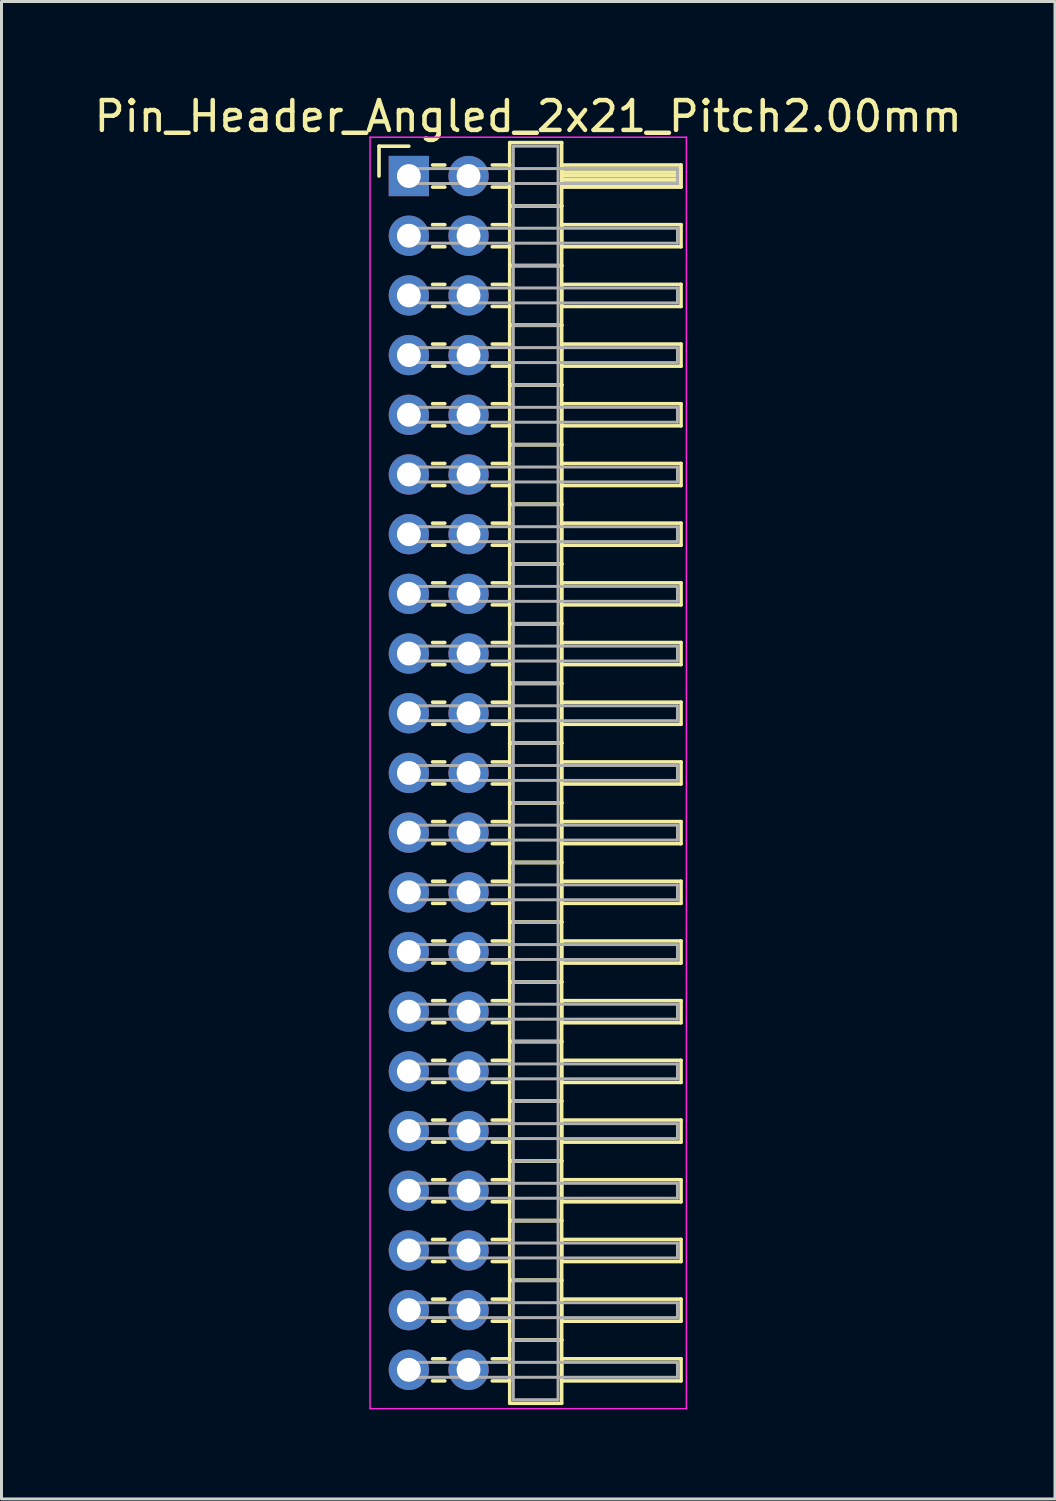
<source format=kicad_pcb>
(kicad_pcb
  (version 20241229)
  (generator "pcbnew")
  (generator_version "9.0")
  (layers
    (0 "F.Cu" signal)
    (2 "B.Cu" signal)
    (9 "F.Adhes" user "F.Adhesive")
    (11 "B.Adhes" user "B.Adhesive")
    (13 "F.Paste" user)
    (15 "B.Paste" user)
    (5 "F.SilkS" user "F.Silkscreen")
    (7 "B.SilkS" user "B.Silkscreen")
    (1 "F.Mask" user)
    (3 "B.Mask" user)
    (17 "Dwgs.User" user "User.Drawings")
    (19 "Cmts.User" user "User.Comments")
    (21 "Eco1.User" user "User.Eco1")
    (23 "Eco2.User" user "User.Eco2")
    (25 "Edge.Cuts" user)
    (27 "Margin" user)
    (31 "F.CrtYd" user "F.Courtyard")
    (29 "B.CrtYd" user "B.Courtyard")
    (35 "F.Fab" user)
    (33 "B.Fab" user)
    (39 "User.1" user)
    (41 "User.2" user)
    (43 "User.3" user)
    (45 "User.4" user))
  (footprint "Pin_Header_Angled_2x21_Pitch2.00mm"
    (layer "F.Cu")
    (at 10.649 2.848)
    (property "Reference" "Pin_Header_Angled_2x21_Pitch2.00mm" (at 4 -2 0) (layer "F.SilkS") (effects (font (size 1 1) (thickness 0.15))))
    (attr through_hole)
    (fp_line (start -1 -1) (end 0 -1) (stroke (width 0.12) (type solid)) (layer "F.SilkS"))
    (fp_line (start -1 0) (end -1 -1) (stroke (width 0.12) (type solid)) (layer "F.SilkS"))
    (fp_line (start 0.795 -0.37) (end 1.205 -0.37) (stroke (width 0.12) (type solid)) (layer "F.SilkS"))
    (fp_line (start 0.795 0.37) (end 1.205 0.37) (stroke (width 0.12) (type solid)) (layer "F.SilkS"))
    (fp_line (start 0.795 1.63) (end 1.205 1.63) (stroke (width 0.12) (type solid)) (layer "F.SilkS"))
    (fp_line (start 0.795 2.37) (end 1.205 2.37) (stroke (width 0.12) (type solid)) (layer "F.SilkS"))
    (fp_line (start 0.795 3.63) (end 1.205 3.63) (stroke (width 0.12) (type solid)) (layer "F.SilkS"))
    (fp_line (start 0.795 4.37) (end 1.205 4.37) (stroke (width 0.12) (type solid)) (layer "F.SilkS"))
    (fp_line (start 0.795 5.63) (end 1.205 5.63) (stroke (width 0.12) (type solid)) (layer "F.SilkS"))
    (fp_line (start 0.795 6.37) (end 1.205 6.37) (stroke (width 0.12) (type solid)) (layer "F.SilkS"))
    (fp_line (start 0.795 7.63) (end 1.205 7.63) (stroke (width 0.12) (type solid)) (layer "F.SilkS"))
    (fp_line (start 0.795 8.37) (end 1.205 8.37) (stroke (width 0.12) (type solid)) (layer "F.SilkS"))
    (fp_line (start 0.795 9.63) (end 1.205 9.63) (stroke (width 0.12) (type solid)) (layer "F.SilkS"))
    (fp_line (start 0.795 10.37) (end 1.205 10.37) (stroke (width 0.12) (type solid)) (layer "F.SilkS"))
    (fp_line (start 0.795 11.63) (end 1.205 11.63) (stroke (width 0.12) (type solid)) (layer "F.SilkS"))
    (fp_line (start 0.795 12.37) (end 1.205 12.37) (stroke (width 0.12) (type solid)) (layer "F.SilkS"))
    (fp_line (start 0.795 13.63) (end 1.205 13.63) (stroke (width 0.12) (type solid)) (layer "F.SilkS"))
    (fp_line (start 0.795 14.37) (end 1.205 14.37) (stroke (width 0.12) (type solid)) (layer "F.SilkS"))
    (fp_line (start 0.795 15.63) (end 1.205 15.63) (stroke (width 0.12) (type solid)) (layer "F.SilkS"))
    (fp_line (start 0.795 16.37) (end 1.205 16.37) (stroke (width 0.12) (type solid)) (layer "F.SilkS"))
    (fp_line (start 0.795 17.63) (end 1.205 17.63) (stroke (width 0.12) (type solid)) (layer "F.SilkS"))
    (fp_line (start 0.795 18.37) (end 1.205 18.37) (stroke (width 0.12) (type solid)) (layer "F.SilkS"))
    (fp_line (start 0.795 19.63) (end 1.205 19.63) (stroke (width 0.12) (type solid)) (layer "F.SilkS"))
    (fp_line (start 0.795 20.37) (end 1.205 20.37) (stroke (width 0.12) (type solid)) (layer "F.SilkS"))
    (fp_line (start 0.795 21.63) (end 1.205 21.63) (stroke (width 0.12) (type solid)) (layer "F.SilkS"))
    (fp_line (start 0.795 22.37) (end 1.205 22.37) (stroke (width 0.12) (type solid)) (layer "F.SilkS"))
    (fp_line (start 0.795 23.63) (end 1.205 23.63) (stroke (width 0.12) (type solid)) (layer "F.SilkS"))
    (fp_line (start 0.795 24.37) (end 1.205 24.37) (stroke (width 0.12) (type solid)) (layer "F.SilkS"))
    (fp_line (start 0.795 25.63) (end 1.205 25.63) (stroke (width 0.12) (type solid)) (layer "F.SilkS"))
    (fp_line (start 0.795 26.37) (end 1.205 26.37) (stroke (width 0.12) (type solid)) (layer "F.SilkS"))
    (fp_line (start 0.795 27.63) (end 1.205 27.63) (stroke (width 0.12) (type solid)) (layer "F.SilkS"))
    (fp_line (start 0.795 28.37) (end 1.205 28.37) (stroke (width 0.12) (type solid)) (layer "F.SilkS"))
    (fp_line (start 0.795 29.63) (end 1.205 29.63) (stroke (width 0.12) (type solid)) (layer "F.SilkS"))
    (fp_line (start 0.795 30.37) (end 1.205 30.37) (stroke (width 0.12) (type solid)) (layer "F.SilkS"))
    (fp_line (start 0.795 31.63) (end 1.205 31.63) (stroke (width 0.12) (type solid)) (layer "F.SilkS"))
    (fp_line (start 0.795 32.37) (end 1.205 32.37) (stroke (width 0.12) (type solid)) (layer "F.SilkS"))
    (fp_line (start 0.795 33.63) (end 1.205 33.63) (stroke (width 0.12) (type solid)) (layer "F.SilkS"))
    (fp_line (start 0.795 34.37) (end 1.205 34.37) (stroke (width 0.12) (type solid)) (layer "F.SilkS"))
    (fp_line (start 0.795 35.63) (end 1.205 35.63) (stroke (width 0.12) (type solid)) (layer "F.SilkS"))
    (fp_line (start 0.795 36.37) (end 1.205 36.37) (stroke (width 0.12) (type solid)) (layer "F.SilkS"))
    (fp_line (start 0.795 37.63) (end 1.205 37.63) (stroke (width 0.12) (type solid)) (layer "F.SilkS"))
    (fp_line (start 0.795 38.37) (end 1.205 38.37) (stroke (width 0.12) (type solid)) (layer "F.SilkS"))
    (fp_line (start 0.795 39.63) (end 1.205 39.63) (stroke (width 0.12) (type solid)) (layer "F.SilkS"))
    (fp_line (start 0.795 40.37) (end 1.205 40.37) (stroke (width 0.12) (type solid)) (layer "F.SilkS"))
    (fp_line (start 2.795 -0.37) (end 3.38 -0.37) (stroke (width 0.12) (type solid)) (layer "F.SilkS"))
    (fp_line (start 2.795 0.37) (end 3.38 0.37) (stroke (width 0.12) (type solid)) (layer "F.SilkS"))
    (fp_line (start 2.795 1.63) (end 3.38 1.63) (stroke (width 0.12) (type solid)) (layer "F.SilkS"))
    (fp_line (start 2.795 2.37) (end 3.38 2.37) (stroke (width 0.12) (type solid)) (layer "F.SilkS"))
    (fp_line (start 2.795 3.63) (end 3.38 3.63) (stroke (width 0.12) (type solid)) (layer "F.SilkS"))
    (fp_line (start 2.795 4.37) (end 3.38 4.37) (stroke (width 0.12) (type solid)) (layer "F.SilkS"))
    (fp_line (start 2.795 5.63) (end 3.38 5.63) (stroke (width 0.12) (type solid)) (layer "F.SilkS"))
    (fp_line (start 2.795 6.37) (end 3.38 6.37) (stroke (width 0.12) (type solid)) (layer "F.SilkS"))
    (fp_line (start 2.795 7.63) (end 3.38 7.63) (stroke (width 0.12) (type solid)) (layer "F.SilkS"))
    (fp_line (start 2.795 8.37) (end 3.38 8.37) (stroke (width 0.12) (type solid)) (layer "F.SilkS"))
    (fp_line (start 2.795 9.63) (end 3.38 9.63) (stroke (width 0.12) (type solid)) (layer "F.SilkS"))
    (fp_line (start 2.795 10.37) (end 3.38 10.37) (stroke (width 0.12) (type solid)) (layer "F.SilkS"))
    (fp_line (start 2.795 11.63) (end 3.38 11.63) (stroke (width 0.12) (type solid)) (layer "F.SilkS"))
    (fp_line (start 2.795 12.37) (end 3.38 12.37) (stroke (width 0.12) (type solid)) (layer "F.SilkS"))
    (fp_line (start 2.795 13.63) (end 3.38 13.63) (stroke (width 0.12) (type solid)) (layer "F.SilkS"))
    (fp_line (start 2.795 14.37) (end 3.38 14.37) (stroke (width 0.12) (type solid)) (layer "F.SilkS"))
    (fp_line (start 2.795 15.63) (end 3.38 15.63) (stroke (width 0.12) (type solid)) (layer "F.SilkS"))
    (fp_line (start 2.795 16.37) (end 3.38 16.37) (stroke (width 0.12) (type solid)) (layer "F.SilkS"))
    (fp_line (start 2.795 17.63) (end 3.38 17.63) (stroke (width 0.12) (type solid)) (layer "F.SilkS"))
    (fp_line (start 2.795 18.37) (end 3.38 18.37) (stroke (width 0.12) (type solid)) (layer "F.SilkS"))
    (fp_line (start 2.795 19.63) (end 3.38 19.63) (stroke (width 0.12) (type solid)) (layer "F.SilkS"))
    (fp_line (start 2.795 20.37) (end 3.38 20.37) (stroke (width 0.12) (type solid)) (layer "F.SilkS"))
    (fp_line (start 2.795 21.63) (end 3.38 21.63) (stroke (width 0.12) (type solid)) (layer "F.SilkS"))
    (fp_line (start 2.795 22.37) (end 3.38 22.37) (stroke (width 0.12) (type solid)) (layer "F.SilkS"))
    (fp_line (start 2.795 23.63) (end 3.38 23.63) (stroke (width 0.12) (type solid)) (layer "F.SilkS"))
    (fp_line (start 2.795 24.37) (end 3.38 24.37) (stroke (width 0.12) (type solid)) (layer "F.SilkS"))
    (fp_line (start 2.795 25.63) (end 3.38 25.63) (stroke (width 0.12) (type solid)) (layer "F.SilkS"))
    (fp_line (start 2.795 26.37) (end 3.38 26.37) (stroke (width 0.12) (type solid)) (layer "F.SilkS"))
    (fp_line (start 2.795 27.63) (end 3.38 27.63) (stroke (width 0.12) (type solid)) (layer "F.SilkS"))
    (fp_line (start 2.795 28.37) (end 3.38 28.37) (stroke (width 0.12) (type solid)) (layer "F.SilkS"))
    (fp_line (start 2.795 29.63) (end 3.38 29.63) (stroke (width 0.12) (type solid)) (layer "F.SilkS"))
    (fp_line (start 2.795 30.37) (end 3.38 30.37) (stroke (width 0.12) (type solid)) (layer "F.SilkS"))
    (fp_line (start 2.795 31.63) (end 3.38 31.63) (stroke (width 0.12) (type solid)) (layer "F.SilkS"))
    (fp_line (start 2.795 32.37) (end 3.38 32.37) (stroke (width 0.12) (type solid)) (layer "F.SilkS"))
    (fp_line (start 2.795 33.63) (end 3.38 33.63) (stroke (width 0.12) (type solid)) (layer "F.SilkS"))
    (fp_line (start 2.795 34.37) (end 3.38 34.37) (stroke (width 0.12) (type solid)) (layer "F.SilkS"))
    (fp_line (start 2.795 35.63) (end 3.38 35.63) (stroke (width 0.12) (type solid)) (layer "F.SilkS"))
    (fp_line (start 2.795 36.37) (end 3.38 36.37) (stroke (width 0.12) (type solid)) (layer "F.SilkS"))
    (fp_line (start 2.795 37.63) (end 3.38 37.63) (stroke (width 0.12) (type solid)) (layer "F.SilkS"))
    (fp_line (start 2.795 38.37) (end 3.38 38.37) (stroke (width 0.12) (type solid)) (layer "F.SilkS"))
    (fp_line (start 2.795 39.63) (end 3.38 39.63) (stroke (width 0.12) (type solid)) (layer "F.SilkS"))
    (fp_line (start 2.795 40.37) (end 3.38 40.37) (stroke (width 0.12) (type solid)) (layer "F.SilkS"))
    (fp_line (start 3.38 -1.12) (end 3.38 1) (stroke (width 0.12) (type solid)) (layer "F.SilkS"))
    (fp_line (start 3.38 1) (end 3.38 3) (stroke (width 0.12) (type solid)) (layer "F.SilkS"))
    (fp_line (start 3.38 1) (end 5.12 1) (stroke (width 0.12) (type solid)) (layer "F.SilkS"))
    (fp_line (start 3.38 3) (end 3.38 5) (stroke (width 0.12) (type solid)) (layer "F.SilkS"))
    (fp_line (start 3.38 3) (end 5.12 3) (stroke (width 0.12) (type solid)) (layer "F.SilkS"))
    (fp_line (start 3.38 5) (end 3.38 7) (stroke (width 0.12) (type solid)) (layer "F.SilkS"))
    (fp_line (start 3.38 5) (end 5.12 5) (stroke (width 0.12) (type solid)) (layer "F.SilkS"))
    (fp_line (start 3.38 7) (end 3.38 9) (stroke (width 0.12) (type solid)) (layer "F.SilkS"))
    (fp_line (start 3.38 7) (end 5.12 7) (stroke (width 0.12) (type solid)) (layer "F.SilkS"))
    (fp_line (start 3.38 9) (end 3.38 11) (stroke (width 0.12) (type solid)) (layer "F.SilkS"))
    (fp_line (start 3.38 9) (end 5.12 9) (stroke (width 0.12) (type solid)) (layer "F.SilkS"))
    (fp_line (start 3.38 11) (end 3.38 13) (stroke (width 0.12) (type solid)) (layer "F.SilkS"))
    (fp_line (start 3.38 11) (end 5.12 11) (stroke (width 0.12) (type solid)) (layer "F.SilkS"))
    (fp_line (start 3.38 13) (end 3.38 15) (stroke (width 0.12) (type solid)) (layer "F.SilkS"))
    (fp_line (start 3.38 13) (end 5.12 13) (stroke (width 0.12) (type solid)) (layer "F.SilkS"))
    (fp_line (start 3.38 15) (end 3.38 17) (stroke (width 0.12) (type solid)) (layer "F.SilkS"))
    (fp_line (start 3.38 15) (end 5.12 15) (stroke (width 0.12) (type solid)) (layer "F.SilkS"))
    (fp_line (start 3.38 17) (end 3.38 19) (stroke (width 0.12) (type solid)) (layer "F.SilkS"))
    (fp_line (start 3.38 17) (end 5.12 17) (stroke (width 0.12) (type solid)) (layer "F.SilkS"))
    (fp_line (start 3.38 19) (end 3.38 21) (stroke (width 0.12) (type solid)) (layer "F.SilkS"))
    (fp_line (start 3.38 19) (end 5.12 19) (stroke (width 0.12) (type solid)) (layer "F.SilkS"))
    (fp_line (start 3.38 21) (end 3.38 23) (stroke (width 0.12) (type solid)) (layer "F.SilkS"))
    (fp_line (start 3.38 21) (end 5.12 21) (stroke (width 0.12) (type solid)) (layer "F.SilkS"))
    (fp_line (start 3.38 23) (end 3.38 25) (stroke (width 0.12) (type solid)) (layer "F.SilkS"))
    (fp_line (start 3.38 23) (end 5.12 23) (stroke (width 0.12) (type solid)) (layer "F.SilkS"))
    (fp_line (start 3.38 25) (end 3.38 27) (stroke (width 0.12) (type solid)) (layer "F.SilkS"))
    (fp_line (start 3.38 25) (end 5.12 25) (stroke (width 0.12) (type solid)) (layer "F.SilkS"))
    (fp_line (start 3.38 27) (end 3.38 29) (stroke (width 0.12) (type solid)) (layer "F.SilkS"))
    (fp_line (start 3.38 27) (end 5.12 27) (stroke (width 0.12) (type solid)) (layer "F.SilkS"))
    (fp_line (start 3.38 29) (end 3.38 31) (stroke (width 0.12) (type solid)) (layer "F.SilkS"))
    (fp_line (start 3.38 29) (end 5.12 29) (stroke (width 0.12) (type solid)) (layer "F.SilkS"))
    (fp_line (start 3.38 31) (end 3.38 33) (stroke (width 0.12) (type solid)) (layer "F.SilkS"))
    (fp_line (start 3.38 31) (end 5.12 31) (stroke (width 0.12) (type solid)) (layer "F.SilkS"))
    (fp_line (start 3.38 33) (end 3.38 35) (stroke (width 0.12) (type solid)) (layer "F.SilkS"))
    (fp_line (start 3.38 33) (end 5.12 33) (stroke (width 0.12) (type solid)) (layer "F.SilkS"))
    (fp_line (start 3.38 35) (end 3.38 37) (stroke (width 0.12) (type solid)) (layer "F.SilkS"))
    (fp_line (start 3.38 35) (end 5.12 35) (stroke (width 0.12) (type solid)) (layer "F.SilkS"))
    (fp_line (start 3.38 37) (end 3.38 39) (stroke (width 0.12) (type solid)) (layer "F.SilkS"))
    (fp_line (start 3.38 37) (end 5.12 37) (stroke (width 0.12) (type solid)) (layer "F.SilkS"))
    (fp_line (start 3.38 39) (end 3.38 41.12) (stroke (width 0.12) (type solid)) (layer "F.SilkS"))
    (fp_line (start 3.38 39) (end 5.12 39) (stroke (width 0.12) (type solid)) (layer "F.SilkS"))
    (fp_line (start 3.38 41.12) (end 5.12 41.12) (stroke (width 0.12) (type solid)) (layer "F.SilkS"))
    (fp_line (start 5.12 -1.12) (end 3.38 -1.12) (stroke (width 0.12) (type solid)) (layer "F.SilkS"))
    (fp_line (start 5.12 -0.37) (end 5.12 0.37) (stroke (width 0.12) (type solid)) (layer "F.SilkS"))
    (fp_line (start 5.12 -0.25) (end 9.12 -0.25) (stroke (width 0.12) (type solid)) (layer "F.SilkS"))
    (fp_line (start 5.12 -0.13) (end 9.12 -0.13) (stroke (width 0.12) (type solid)) (layer "F.SilkS"))
    (fp_line (start 5.12 -0.01) (end 9.12 -0.01) (stroke (width 0.12) (type solid)) (layer "F.SilkS"))
    (fp_line (start 5.12 0.11) (end 9.12 0.11) (stroke (width 0.12) (type solid)) (layer "F.SilkS"))
    (fp_line (start 5.12 0.23) (end 9.12 0.23) (stroke (width 0.12) (type solid)) (layer "F.SilkS"))
    (fp_line (start 5.12 0.35) (end 9.12 0.35) (stroke (width 0.12) (type solid)) (layer "F.SilkS"))
    (fp_line (start 5.12 0.37) (end 9.12 0.37) (stroke (width 0.12) (type solid)) (layer "F.SilkS"))
    (fp_line (start 5.12 1) (end 3.38 1) (stroke (width 0.12) (type solid)) (layer "F.SilkS"))
    (fp_line (start 5.12 1) (end 5.12 -1.12) (stroke (width 0.12) (type solid)) (layer "F.SilkS"))
    (fp_line (start 5.12 1.63) (end 5.12 2.37) (stroke (width 0.12) (type solid)) (layer "F.SilkS"))
    (fp_line (start 5.12 2.37) (end 9.12 2.37) (stroke (width 0.12) (type solid)) (layer "F.SilkS"))
    (fp_line (start 5.12 3) (end 3.38 3) (stroke (width 0.12) (type solid)) (layer "F.SilkS"))
    (fp_line (start 5.12 3) (end 5.12 1) (stroke (width 0.12) (type solid)) (layer "F.SilkS"))
    (fp_line (start 5.12 3.63) (end 5.12 4.37) (stroke (width 0.12) (type solid)) (layer "F.SilkS"))
    (fp_line (start 5.12 4.37) (end 9.12 4.37) (stroke (width 0.12) (type solid)) (layer "F.SilkS"))
    (fp_line (start 5.12 5) (end 3.38 5) (stroke (width 0.12) (type solid)) (layer "F.SilkS"))
    (fp_line (start 5.12 5) (end 5.12 3) (stroke (width 0.12) (type solid)) (layer "F.SilkS"))
    (fp_line (start 5.12 5.63) (end 5.12 6.37) (stroke (width 0.12) (type solid)) (layer "F.SilkS"))
    (fp_line (start 5.12 6.37) (end 9.12 6.37) (stroke (width 0.12) (type solid)) (layer "F.SilkS"))
    (fp_line (start 5.12 7) (end 3.38 7) (stroke (width 0.12) (type solid)) (layer "F.SilkS"))
    (fp_line (start 5.12 7) (end 5.12 5) (stroke (width 0.12) (type solid)) (layer "F.SilkS"))
    (fp_line (start 5.12 7.63) (end 5.12 8.37) (stroke (width 0.12) (type solid)) (layer "F.SilkS"))
    (fp_line (start 5.12 8.37) (end 9.12 8.37) (stroke (width 0.12) (type solid)) (layer "F.SilkS"))
    (fp_line (start 5.12 9) (end 3.38 9) (stroke (width 0.12) (type solid)) (layer "F.SilkS"))
    (fp_line (start 5.12 9) (end 5.12 7) (stroke (width 0.12) (type solid)) (layer "F.SilkS"))
    (fp_line (start 5.12 9.63) (end 5.12 10.37) (stroke (width 0.12) (type solid)) (layer "F.SilkS"))
    (fp_line (start 5.12 10.37) (end 9.12 10.37) (stroke (width 0.12) (type solid)) (layer "F.SilkS"))
    (fp_line (start 5.12 11) (end 3.38 11) (stroke (width 0.12) (type solid)) (layer "F.SilkS"))
    (fp_line (start 5.12 11) (end 5.12 9) (stroke (width 0.12) (type solid)) (layer "F.SilkS"))
    (fp_line (start 5.12 11.63) (end 5.12 12.37) (stroke (width 0.12) (type solid)) (layer "F.SilkS"))
    (fp_line (start 5.12 12.37) (end 9.12 12.37) (stroke (width 0.12) (type solid)) (layer "F.SilkS"))
    (fp_line (start 5.12 13) (end 3.38 13) (stroke (width 0.12) (type solid)) (layer "F.SilkS"))
    (fp_line (start 5.12 13) (end 5.12 11) (stroke (width 0.12) (type solid)) (layer "F.SilkS"))
    (fp_line (start 5.12 13.63) (end 5.12 14.37) (stroke (width 0.12) (type solid)) (layer "F.SilkS"))
    (fp_line (start 5.12 14.37) (end 9.12 14.37) (stroke (width 0.12) (type solid)) (layer "F.SilkS"))
    (fp_line (start 5.12 15) (end 3.38 15) (stroke (width 0.12) (type solid)) (layer "F.SilkS"))
    (fp_line (start 5.12 15) (end 5.12 13) (stroke (width 0.12) (type solid)) (layer "F.SilkS"))
    (fp_line (start 5.12 15.63) (end 5.12 16.37) (stroke (width 0.12) (type solid)) (layer "F.SilkS"))
    (fp_line (start 5.12 16.37) (end 9.12 16.37) (stroke (width 0.12) (type solid)) (layer "F.SilkS"))
    (fp_line (start 5.12 17) (end 3.38 17) (stroke (width 0.12) (type solid)) (layer "F.SilkS"))
    (fp_line (start 5.12 17) (end 5.12 15) (stroke (width 0.12) (type solid)) (layer "F.SilkS"))
    (fp_line (start 5.12 17.63) (end 5.12 18.37) (stroke (width 0.12) (type solid)) (layer "F.SilkS"))
    (fp_line (start 5.12 18.37) (end 9.12 18.37) (stroke (width 0.12) (type solid)) (layer "F.SilkS"))
    (fp_line (start 5.12 19) (end 3.38 19) (stroke (width 0.12) (type solid)) (layer "F.SilkS"))
    (fp_line (start 5.12 19) (end 5.12 17) (stroke (width 0.12) (type solid)) (layer "F.SilkS"))
    (fp_line (start 5.12 19.63) (end 5.12 20.37) (stroke (width 0.12) (type solid)) (layer "F.SilkS"))
    (fp_line (start 5.12 20.37) (end 9.12 20.37) (stroke (width 0.12) (type solid)) (layer "F.SilkS"))
    (fp_line (start 5.12 21) (end 3.38 21) (stroke (width 0.12) (type solid)) (layer "F.SilkS"))
    (fp_line (start 5.12 21) (end 5.12 19) (stroke (width 0.12) (type solid)) (layer "F.SilkS"))
    (fp_line (start 5.12 21.63) (end 5.12 22.37) (stroke (width 0.12) (type solid)) (layer "F.SilkS"))
    (fp_line (start 5.12 22.37) (end 9.12 22.37) (stroke (width 0.12) (type solid)) (layer "F.SilkS"))
    (fp_line (start 5.12 23) (end 3.38 23) (stroke (width 0.12) (type solid)) (layer "F.SilkS"))
    (fp_line (start 5.12 23) (end 5.12 21) (stroke (width 0.12) (type solid)) (layer "F.SilkS"))
    (fp_line (start 5.12 23.63) (end 5.12 24.37) (stroke (width 0.12) (type solid)) (layer "F.SilkS"))
    (fp_line (start 5.12 24.37) (end 9.12 24.37) (stroke (width 0.12) (type solid)) (layer "F.SilkS"))
    (fp_line (start 5.12 25) (end 3.38 25) (stroke (width 0.12) (type solid)) (layer "F.SilkS"))
    (fp_line (start 5.12 25) (end 5.12 23) (stroke (width 0.12) (type solid)) (layer "F.SilkS"))
    (fp_line (start 5.12 25.63) (end 5.12 26.37) (stroke (width 0.12) (type solid)) (layer "F.SilkS"))
    (fp_line (start 5.12 26.37) (end 9.12 26.37) (stroke (width 0.12) (type solid)) (layer "F.SilkS"))
    (fp_line (start 5.12 27) (end 3.38 27) (stroke (width 0.12) (type solid)) (layer "F.SilkS"))
    (fp_line (start 5.12 27) (end 5.12 25) (stroke (width 0.12) (type solid)) (layer "F.SilkS"))
    (fp_line (start 5.12 27.63) (end 5.12 28.37) (stroke (width 0.12) (type solid)) (layer "F.SilkS"))
    (fp_line (start 5.12 28.37) (end 9.12 28.37) (stroke (width 0.12) (type solid)) (layer "F.SilkS"))
    (fp_line (start 5.12 29) (end 3.38 29) (stroke (width 0.12) (type solid)) (layer "F.SilkS"))
    (fp_line (start 5.12 29) (end 5.12 27) (stroke (width 0.12) (type solid)) (layer "F.SilkS"))
    (fp_line (start 5.12 29.63) (end 5.12 30.37) (stroke (width 0.12) (type solid)) (layer "F.SilkS"))
    (fp_line (start 5.12 30.37) (end 9.12 30.37) (stroke (width 0.12) (type solid)) (layer "F.SilkS"))
    (fp_line (start 5.12 31) (end 3.38 31) (stroke (width 0.12) (type solid)) (layer "F.SilkS"))
    (fp_line (start 5.12 31) (end 5.12 29) (stroke (width 0.12) (type solid)) (layer "F.SilkS"))
    (fp_line (start 5.12 31.63) (end 5.12 32.37) (stroke (width 0.12) (type solid)) (layer "F.SilkS"))
    (fp_line (start 5.12 32.37) (end 9.12 32.37) (stroke (width 0.12) (type solid)) (layer "F.SilkS"))
    (fp_line (start 5.12 33) (end 3.38 33) (stroke (width 0.12) (type solid)) (layer "F.SilkS"))
    (fp_line (start 5.12 33) (end 5.12 31) (stroke (width 0.12) (type solid)) (layer "F.SilkS"))
    (fp_line (start 5.12 33.63) (end 5.12 34.37) (stroke (width 0.12) (type solid)) (layer "F.SilkS"))
    (fp_line (start 5.12 34.37) (end 9.12 34.37) (stroke (width 0.12) (type solid)) (layer "F.SilkS"))
    (fp_line (start 5.12 35) (end 3.38 35) (stroke (width 0.12) (type solid)) (layer "F.SilkS"))
    (fp_line (start 5.12 35) (end 5.12 33) (stroke (width 0.12) (type solid)) (layer "F.SilkS"))
    (fp_line (start 5.12 35.63) (end 5.12 36.37) (stroke (width 0.12) (type solid)) (layer "F.SilkS"))
    (fp_line (start 5.12 36.37) (end 9.12 36.37) (stroke (width 0.12) (type solid)) (layer "F.SilkS"))
    (fp_line (start 5.12 37) (end 3.38 37) (stroke (width 0.12) (type solid)) (layer "F.SilkS"))
    (fp_line (start 5.12 37) (end 5.12 35) (stroke (width 0.12) (type solid)) (layer "F.SilkS"))
    (fp_line (start 5.12 37.63) (end 5.12 38.37) (stroke (width 0.12) (type solid)) (layer "F.SilkS"))
    (fp_line (start 5.12 38.37) (end 9.12 38.37) (stroke (width 0.12) (type solid)) (layer "F.SilkS"))
    (fp_line (start 5.12 39) (end 3.38 39) (stroke (width 0.12) (type solid)) (layer "F.SilkS"))
    (fp_line (start 5.12 39) (end 5.12 37) (stroke (width 0.12) (type solid)) (layer "F.SilkS"))
    (fp_line (start 5.12 39.63) (end 5.12 40.37) (stroke (width 0.12) (type solid)) (layer "F.SilkS"))
    (fp_line (start 5.12 40.37) (end 9.12 40.37) (stroke (width 0.12) (type solid)) (layer "F.SilkS"))
    (fp_line (start 5.12 41.12) (end 5.12 39) (stroke (width 0.12) (type solid)) (layer "F.SilkS"))
    (fp_line (start 9.12 -0.37) (end 5.12 -0.37) (stroke (width 0.12) (type solid)) (layer "F.SilkS"))
    (fp_line (start 9.12 0.37) (end 9.12 -0.37) (stroke (width 0.12) (type solid)) (layer "F.SilkS"))
    (fp_line (start 9.12 1.63) (end 5.12 1.63) (stroke (width 0.12) (type solid)) (layer "F.SilkS"))
    (fp_line (start 9.12 2.37) (end 9.12 1.63) (stroke (width 0.12) (type solid)) (layer "F.SilkS"))
    (fp_line (start 9.12 3.63) (end 5.12 3.63) (stroke (width 0.12) (type solid)) (layer "F.SilkS"))
    (fp_line (start 9.12 4.37) (end 9.12 3.63) (stroke (width 0.12) (type solid)) (layer "F.SilkS"))
    (fp_line (start 9.12 5.63) (end 5.12 5.63) (stroke (width 0.12) (type solid)) (layer "F.SilkS"))
    (fp_line (start 9.12 6.37) (end 9.12 5.63) (stroke (width 0.12) (type solid)) (layer "F.SilkS"))
    (fp_line (start 9.12 7.63) (end 5.12 7.63) (stroke (width 0.12) (type solid)) (layer "F.SilkS"))
    (fp_line (start 9.12 8.37) (end 9.12 7.63) (stroke (width 0.12) (type solid)) (layer "F.SilkS"))
    (fp_line (start 9.12 9.63) (end 5.12 9.63) (stroke (width 0.12) (type solid)) (layer "F.SilkS"))
    (fp_line (start 9.12 10.37) (end 9.12 9.63) (stroke (width 0.12) (type solid)) (layer "F.SilkS"))
    (fp_line (start 9.12 11.63) (end 5.12 11.63) (stroke (width 0.12) (type solid)) (layer "F.SilkS"))
    (fp_line (start 9.12 12.37) (end 9.12 11.63) (stroke (width 0.12) (type solid)) (layer "F.SilkS"))
    (fp_line (start 9.12 13.63) (end 5.12 13.63) (stroke (width 0.12) (type solid)) (layer "F.SilkS"))
    (fp_line (start 9.12 14.37) (end 9.12 13.63) (stroke (width 0.12) (type solid)) (layer "F.SilkS"))
    (fp_line (start 9.12 15.63) (end 5.12 15.63) (stroke (width 0.12) (type solid)) (layer "F.SilkS"))
    (fp_line (start 9.12 16.37) (end 9.12 15.63) (stroke (width 0.12) (type solid)) (layer "F.SilkS"))
    (fp_line (start 9.12 17.63) (end 5.12 17.63) (stroke (width 0.12) (type solid)) (layer "F.SilkS"))
    (fp_line (start 9.12 18.37) (end 9.12 17.63) (stroke (width 0.12) (type solid)) (layer "F.SilkS"))
    (fp_line (start 9.12 19.63) (end 5.12 19.63) (stroke (width 0.12) (type solid)) (layer "F.SilkS"))
    (fp_line (start 9.12 20.37) (end 9.12 19.63) (stroke (width 0.12) (type solid)) (layer "F.SilkS"))
    (fp_line (start 9.12 21.63) (end 5.12 21.63) (stroke (width 0.12) (type solid)) (layer "F.SilkS"))
    (fp_line (start 9.12 22.37) (end 9.12 21.63) (stroke (width 0.12) (type solid)) (layer "F.SilkS"))
    (fp_line (start 9.12 23.63) (end 5.12 23.63) (stroke (width 0.12) (type solid)) (layer "F.SilkS"))
    (fp_line (start 9.12 24.37) (end 9.12 23.63) (stroke (width 0.12) (type solid)) (layer "F.SilkS"))
    (fp_line (start 9.12 25.63) (end 5.12 25.63) (stroke (width 0.12) (type solid)) (layer "F.SilkS"))
    (fp_line (start 9.12 26.37) (end 9.12 25.63) (stroke (width 0.12) (type solid)) (layer "F.SilkS"))
    (fp_line (start 9.12 27.63) (end 5.12 27.63) (stroke (width 0.12) (type solid)) (layer "F.SilkS"))
    (fp_line (start 9.12 28.37) (end 9.12 27.63) (stroke (width 0.12) (type solid)) (layer "F.SilkS"))
    (fp_line (start 9.12 29.63) (end 5.12 29.63) (stroke (width 0.12) (type solid)) (layer "F.SilkS"))
    (fp_line (start 9.12 30.37) (end 9.12 29.63) (stroke (width 0.12) (type solid)) (layer "F.SilkS"))
    (fp_line (start 9.12 31.63) (end 5.12 31.63) (stroke (width 0.12) (type solid)) (layer "F.SilkS"))
    (fp_line (start 9.12 32.37) (end 9.12 31.63) (stroke (width 0.12) (type solid)) (layer "F.SilkS"))
    (fp_line (start 9.12 33.63) (end 5.12 33.63) (stroke (width 0.12) (type solid)) (layer "F.SilkS"))
    (fp_line (start 9.12 34.37) (end 9.12 33.63) (stroke (width 0.12) (type solid)) (layer "F.SilkS"))
    (fp_line (start 9.12 35.63) (end 5.12 35.63) (stroke (width 0.12) (type solid)) (layer "F.SilkS"))
    (fp_line (start 9.12 36.37) (end 9.12 35.63) (stroke (width 0.12) (type solid)) (layer "F.SilkS"))
    (fp_line (start 9.12 37.63) (end 5.12 37.63) (stroke (width 0.12) (type solid)) (layer "F.SilkS"))
    (fp_line (start 9.12 38.37) (end 9.12 37.63) (stroke (width 0.12) (type solid)) (layer "F.SilkS"))
    (fp_line (start 9.12 39.63) (end 5.12 39.63) (stroke (width 0.12) (type solid)) (layer "F.SilkS"))
    (fp_line (start 9.12 40.37) (end 9.12 39.63) (stroke (width 0.12) (type solid)) (layer "F.SilkS"))
    (fp_line (start -1.3 -1.3) (end -1.3 41.3) (stroke (width 0.05) (type solid)) (layer "F.CrtYd"))
    (fp_line (start -1.3 41.3) (end 9.3 41.3) (stroke (width 0.05) (type solid)) (layer "F.CrtYd"))
    (fp_line (start 9.3 -1.3) (end -1.3 -1.3) (stroke (width 0.05) (type solid)) (layer "F.CrtYd"))
    (fp_line (start 9.3 41.3) (end 9.3 -1.3) (stroke (width 0.05) (type solid)) (layer "F.CrtYd"))
    (fp_line (start 0 -0.25) (end 0 0.25) (stroke (width 0.1) (type solid)) (layer "F.Fab"))
    (fp_line (start 0 0.25) (end 9 0.25) (stroke (width 0.1) (type solid)) (layer "F.Fab"))
    (fp_line (start 0 1.75) (end 0 2.25) (stroke (width 0.1) (type solid)) (layer "F.Fab"))
    (fp_line (start 0 2.25) (end 9 2.25) (stroke (width 0.1) (type solid)) (layer "F.Fab"))
    (fp_line (start 0 3.75) (end 0 4.25) (stroke (width 0.1) (type solid)) (layer "F.Fab"))
    (fp_line (start 0 4.25) (end 9 4.25) (stroke (width 0.1) (type solid)) (layer "F.Fab"))
    (fp_line (start 0 5.75) (end 0 6.25) (stroke (width 0.1) (type solid)) (layer "F.Fab"))
    (fp_line (start 0 6.25) (end 9 6.25) (stroke (width 0.1) (type solid)) (layer "F.Fab"))
    (fp_line (start 0 7.75) (end 0 8.25) (stroke (width 0.1) (type solid)) (layer "F.Fab"))
    (fp_line (start 0 8.25) (end 9 8.25) (stroke (width 0.1) (type solid)) (layer "F.Fab"))
    (fp_line (start 0 9.75) (end 0 10.25) (stroke (width 0.1) (type solid)) (layer "F.Fab"))
    (fp_line (start 0 10.25) (end 9 10.25) (stroke (width 0.1) (type solid)) (layer "F.Fab"))
    (fp_line (start 0 11.75) (end 0 12.25) (stroke (width 0.1) (type solid)) (layer "F.Fab"))
    (fp_line (start 0 12.25) (end 9 12.25) (stroke (width 0.1) (type solid)) (layer "F.Fab"))
    (fp_line (start 0 13.75) (end 0 14.25) (stroke (width 0.1) (type solid)) (layer "F.Fab"))
    (fp_line (start 0 14.25) (end 9 14.25) (stroke (width 0.1) (type solid)) (layer "F.Fab"))
    (fp_line (start 0 15.75) (end 0 16.25) (stroke (width 0.1) (type solid)) (layer "F.Fab"))
    (fp_line (start 0 16.25) (end 9 16.25) (stroke (width 0.1) (type solid)) (layer "F.Fab"))
    (fp_line (start 0 17.75) (end 0 18.25) (stroke (width 0.1) (type solid)) (layer "F.Fab"))
    (fp_line (start 0 18.25) (end 9 18.25) (stroke (width 0.1) (type solid)) (layer "F.Fab"))
    (fp_line (start 0 19.75) (end 0 20.25) (stroke (width 0.1) (type solid)) (layer "F.Fab"))
    (fp_line (start 0 20.25) (end 9 20.25) (stroke (width 0.1) (type solid)) (layer "F.Fab"))
    (fp_line (start 0 21.75) (end 0 22.25) (stroke (width 0.1) (type solid)) (layer "F.Fab"))
    (fp_line (start 0 22.25) (end 9 22.25) (stroke (width 0.1) (type solid)) (layer "F.Fab"))
    (fp_line (start 0 23.75) (end 0 24.25) (stroke (width 0.1) (type solid)) (layer "F.Fab"))
    (fp_line (start 0 24.25) (end 9 24.25) (stroke (width 0.1) (type solid)) (layer "F.Fab"))
    (fp_line (start 0 25.75) (end 0 26.25) (stroke (width 0.1) (type solid)) (layer "F.Fab"))
    (fp_line (start 0 26.25) (end 9 26.25) (stroke (width 0.1) (type solid)) (layer "F.Fab"))
    (fp_line (start 0 27.75) (end 0 28.25) (stroke (width 0.1) (type solid)) (layer "F.Fab"))
    (fp_line (start 0 28.25) (end 9 28.25) (stroke (width 0.1) (type solid)) (layer "F.Fab"))
    (fp_line (start 0 29.75) (end 0 30.25) (stroke (width 0.1) (type solid)) (layer "F.Fab"))
    (fp_line (start 0 30.25) (end 9 30.25) (stroke (width 0.1) (type solid)) (layer "F.Fab"))
    (fp_line (start 0 31.75) (end 0 32.25) (stroke (width 0.1) (type solid)) (layer "F.Fab"))
    (fp_line (start 0 32.25) (end 9 32.25) (stroke (width 0.1) (type solid)) (layer "F.Fab"))
    (fp_line (start 0 33.75) (end 0 34.25) (stroke (width 0.1) (type solid)) (layer "F.Fab"))
    (fp_line (start 0 34.25) (end 9 34.25) (stroke (width 0.1) (type solid)) (layer "F.Fab"))
    (fp_line (start 0 35.75) (end 0 36.25) (stroke (width 0.1) (type solid)) (layer "F.Fab"))
    (fp_line (start 0 36.25) (end 9 36.25) (stroke (width 0.1) (type solid)) (layer "F.Fab"))
    (fp_line (start 0 37.75) (end 0 38.25) (stroke (width 0.1) (type solid)) (layer "F.Fab"))
    (fp_line (start 0 38.25) (end 9 38.25) (stroke (width 0.1) (type solid)) (layer "F.Fab"))
    (fp_line (start 0 39.75) (end 0 40.25) (stroke (width 0.1) (type solid)) (layer "F.Fab"))
    (fp_line (start 0 40.25) (end 9 40.25) (stroke (width 0.1) (type solid)) (layer "F.Fab"))
    (fp_line (start 3.5 -1) (end 3.5 1) (stroke (width 0.1) (type solid)) (layer "F.Fab"))
    (fp_line (start 3.5 1) (end 3.5 3) (stroke (width 0.1) (type solid)) (layer "F.Fab"))
    (fp_line (start 3.5 1) (end 5 1) (stroke (width 0.1) (type solid)) (layer "F.Fab"))
    (fp_line (start 3.5 3) (end 3.5 5) (stroke (width 0.1) (type solid)) (layer "F.Fab"))
    (fp_line (start 3.5 3) (end 5 3) (stroke (width 0.1) (type solid)) (layer "F.Fab"))
    (fp_line (start 3.5 5) (end 3.5 7) (stroke (width 0.1) (type solid)) (layer "F.Fab"))
    (fp_line (start 3.5 5) (end 5 5) (stroke (width 0.1) (type solid)) (layer "F.Fab"))
    (fp_line (start 3.5 7) (end 3.5 9) (stroke (width 0.1) (type solid)) (layer "F.Fab"))
    (fp_line (start 3.5 7) (end 5 7) (stroke (width 0.1) (type solid)) (layer "F.Fab"))
    (fp_line (start 3.5 9) (end 3.5 11) (stroke (width 0.1) (type solid)) (layer "F.Fab"))
    (fp_line (start 3.5 9) (end 5 9) (stroke (width 0.1) (type solid)) (layer "F.Fab"))
    (fp_line (start 3.5 11) (end 3.5 13) (stroke (width 0.1) (type solid)) (layer "F.Fab"))
    (fp_line (start 3.5 11) (end 5 11) (stroke (width 0.1) (type solid)) (layer "F.Fab"))
    (fp_line (start 3.5 13) (end 3.5 15) (stroke (width 0.1) (type solid)) (layer "F.Fab"))
    (fp_line (start 3.5 13) (end 5 13) (stroke (width 0.1) (type solid)) (layer "F.Fab"))
    (fp_line (start 3.5 15) (end 3.5 17) (stroke (width 0.1) (type solid)) (layer "F.Fab"))
    (fp_line (start 3.5 15) (end 5 15) (stroke (width 0.1) (type solid)) (layer "F.Fab"))
    (fp_line (start 3.5 17) (end 3.5 19) (stroke (width 0.1) (type solid)) (layer "F.Fab"))
    (fp_line (start 3.5 17) (end 5 17) (stroke (width 0.1) (type solid)) (layer "F.Fab"))
    (fp_line (start 3.5 19) (end 3.5 21) (stroke (width 0.1) (type solid)) (layer "F.Fab"))
    (fp_line (start 3.5 19) (end 5 19) (stroke (width 0.1) (type solid)) (layer "F.Fab"))
    (fp_line (start 3.5 21) (end 3.5 23) (stroke (width 0.1) (type solid)) (layer "F.Fab"))
    (fp_line (start 3.5 21) (end 5 21) (stroke (width 0.1) (type solid)) (layer "F.Fab"))
    (fp_line (start 3.5 23) (end 3.5 25) (stroke (width 0.1) (type solid)) (layer "F.Fab"))
    (fp_line (start 3.5 23) (end 5 23) (stroke (width 0.1) (type solid)) (layer "F.Fab"))
    (fp_line (start 3.5 25) (end 3.5 27) (stroke (width 0.1) (type solid)) (layer "F.Fab"))
    (fp_line (start 3.5 25) (end 5 25) (stroke (width 0.1) (type solid)) (layer "F.Fab"))
    (fp_line (start 3.5 27) (end 3.5 29) (stroke (width 0.1) (type solid)) (layer "F.Fab"))
    (fp_line (start 3.5 27) (end 5 27) (stroke (width 0.1) (type solid)) (layer "F.Fab"))
    (fp_line (start 3.5 29) (end 3.5 31) (stroke (width 0.1) (type solid)) (layer "F.Fab"))
    (fp_line (start 3.5 29) (end 5 29) (stroke (width 0.1) (type solid)) (layer "F.Fab"))
    (fp_line (start 3.5 31) (end 3.5 33) (stroke (width 0.1) (type solid)) (layer "F.Fab"))
    (fp_line (start 3.5 31) (end 5 31) (stroke (width 0.1) (type solid)) (layer "F.Fab"))
    (fp_line (start 3.5 33) (end 3.5 35) (stroke (width 0.1) (type solid)) (layer "F.Fab"))
    (fp_line (start 3.5 33) (end 5 33) (stroke (width 0.1) (type solid)) (layer "F.Fab"))
    (fp_line (start 3.5 35) (end 3.5 37) (stroke (width 0.1) (type solid)) (layer "F.Fab"))
    (fp_line (start 3.5 35) (end 5 35) (stroke (width 0.1) (type solid)) (layer "F.Fab"))
    (fp_line (start 3.5 37) (end 3.5 39) (stroke (width 0.1) (type solid)) (layer "F.Fab"))
    (fp_line (start 3.5 37) (end 5 37) (stroke (width 0.1) (type solid)) (layer "F.Fab"))
    (fp_line (start 3.5 39) (end 3.5 41) (stroke (width 0.1) (type solid)) (layer "F.Fab"))
    (fp_line (start 3.5 39) (end 5 39) (stroke (width 0.1) (type solid)) (layer "F.Fab"))
    (fp_line (start 3.5 41) (end 5 41) (stroke (width 0.1) (type solid)) (layer "F.Fab"))
    (fp_line (start 5 -1) (end 3.5 -1) (stroke (width 0.1) (type solid)) (layer "F.Fab"))
    (fp_line (start 5 1) (end 3.5 1) (stroke (width 0.1) (type solid)) (layer "F.Fab"))
    (fp_line (start 5 1) (end 5 -1) (stroke (width 0.1) (type solid)) (layer "F.Fab"))
    (fp_line (start 5 3) (end 3.5 3) (stroke (width 0.1) (type solid)) (layer "F.Fab"))
    (fp_line (start 5 3) (end 5 1) (stroke (width 0.1) (type solid)) (layer "F.Fab"))
    (fp_line (start 5 5) (end 3.5 5) (stroke (width 0.1) (type solid)) (layer "F.Fab"))
    (fp_line (start 5 5) (end 5 3) (stroke (width 0.1) (type solid)) (layer "F.Fab"))
    (fp_line (start 5 7) (end 3.5 7) (stroke (width 0.1) (type solid)) (layer "F.Fab"))
    (fp_line (start 5 7) (end 5 5) (stroke (width 0.1) (type solid)) (layer "F.Fab"))
    (fp_line (start 5 9) (end 3.5 9) (stroke (width 0.1) (type solid)) (layer "F.Fab"))
    (fp_line (start 5 9) (end 5 7) (stroke (width 0.1) (type solid)) (layer "F.Fab"))
    (fp_line (start 5 11) (end 3.5 11) (stroke (width 0.1) (type solid)) (layer "F.Fab"))
    (fp_line (start 5 11) (end 5 9) (stroke (width 0.1) (type solid)) (layer "F.Fab"))
    (fp_line (start 5 13) (end 3.5 13) (stroke (width 0.1) (type solid)) (layer "F.Fab"))
    (fp_line (start 5 13) (end 5 11) (stroke (width 0.1) (type solid)) (layer "F.Fab"))
    (fp_line (start 5 15) (end 3.5 15) (stroke (width 0.1) (type solid)) (layer "F.Fab"))
    (fp_line (start 5 15) (end 5 13) (stroke (width 0.1) (type solid)) (layer "F.Fab"))
    (fp_line (start 5 17) (end 3.5 17) (stroke (width 0.1) (type solid)) (layer "F.Fab"))
    (fp_line (start 5 17) (end 5 15) (stroke (width 0.1) (type solid)) (layer "F.Fab"))
    (fp_line (start 5 19) (end 3.5 19) (stroke (width 0.1) (type solid)) (layer "F.Fab"))
    (fp_line (start 5 19) (end 5 17) (stroke (width 0.1) (type solid)) (layer "F.Fab"))
    (fp_line (start 5 21) (end 3.5 21) (stroke (width 0.1) (type solid)) (layer "F.Fab"))
    (fp_line (start 5 21) (end 5 19) (stroke (width 0.1) (type solid)) (layer "F.Fab"))
    (fp_line (start 5 23) (end 3.5 23) (stroke (width 0.1) (type solid)) (layer "F.Fab"))
    (fp_line (start 5 23) (end 5 21) (stroke (width 0.1) (type solid)) (layer "F.Fab"))
    (fp_line (start 5 25) (end 3.5 25) (stroke (width 0.1) (type solid)) (layer "F.Fab"))
    (fp_line (start 5 25) (end 5 23) (stroke (width 0.1) (type solid)) (layer "F.Fab"))
    (fp_line (start 5 27) (end 3.5 27) (stroke (width 0.1) (type solid)) (layer "F.Fab"))
    (fp_line (start 5 27) (end 5 25) (stroke (width 0.1) (type solid)) (layer "F.Fab"))
    (fp_line (start 5 29) (end 3.5 29) (stroke (width 0.1) (type solid)) (layer "F.Fab"))
    (fp_line (start 5 29) (end 5 27) (stroke (width 0.1) (type solid)) (layer "F.Fab"))
    (fp_line (start 5 31) (end 3.5 31) (stroke (width 0.1) (type solid)) (layer "F.Fab"))
    (fp_line (start 5 31) (end 5 29) (stroke (width 0.1) (type solid)) (layer "F.Fab"))
    (fp_line (start 5 33) (end 3.5 33) (stroke (width 0.1) (type solid)) (layer "F.Fab"))
    (fp_line (start 5 33) (end 5 31) (stroke (width 0.1) (type solid)) (layer "F.Fab"))
    (fp_line (start 5 35) (end 3.5 35) (stroke (width 0.1) (type solid)) (layer "F.Fab"))
    (fp_line (start 5 35) (end 5 33) (stroke (width 0.1) (type solid)) (layer "F.Fab"))
    (fp_line (start 5 37) (end 3.5 37) (stroke (width 0.1) (type solid)) (layer "F.Fab"))
    (fp_line (start 5 37) (end 5 35) (stroke (width 0.1) (type solid)) (layer "F.Fab"))
    (fp_line (start 5 39) (end 3.5 39) (stroke (width 0.1) (type solid)) (layer "F.Fab"))
    (fp_line (start 5 39) (end 5 37) (stroke (width 0.1) (type solid)) (layer "F.Fab"))
    (fp_line (start 5 41) (end 5 39) (stroke (width 0.1) (type solid)) (layer "F.Fab"))
    (fp_line (start 9 -0.25) (end 0 -0.25) (stroke (width 0.1) (type solid)) (layer "F.Fab"))
    (fp_line (start 9 0.25) (end 9 -0.25) (stroke (width 0.1) (type solid)) (layer "F.Fab"))
    (fp_line (start 9 1.75) (end 0 1.75) (stroke (width 0.1) (type solid)) (layer "F.Fab"))
    (fp_line (start 9 2.25) (end 9 1.75) (stroke (width 0.1) (type solid)) (layer "F.Fab"))
    (fp_line (start 9 3.75) (end 0 3.75) (stroke (width 0.1) (type solid)) (layer "F.Fab"))
    (fp_line (start 9 4.25) (end 9 3.75) (stroke (width 0.1) (type solid)) (layer "F.Fab"))
    (fp_line (start 9 5.75) (end 0 5.75) (stroke (width 0.1) (type solid)) (layer "F.Fab"))
    (fp_line (start 9 6.25) (end 9 5.75) (stroke (width 0.1) (type solid)) (layer "F.Fab"))
    (fp_line (start 9 7.75) (end 0 7.75) (stroke (width 0.1) (type solid)) (layer "F.Fab"))
    (fp_line (start 9 8.25) (end 9 7.75) (stroke (width 0.1) (type solid)) (layer "F.Fab"))
    (fp_line (start 9 9.75) (end 0 9.75) (stroke (width 0.1) (type solid)) (layer "F.Fab"))
    (fp_line (start 9 10.25) (end 9 9.75) (stroke (width 0.1) (type solid)) (layer "F.Fab"))
    (fp_line (start 9 11.75) (end 0 11.75) (stroke (width 0.1) (type solid)) (layer "F.Fab"))
    (fp_line (start 9 12.25) (end 9 11.75) (stroke (width 0.1) (type solid)) (layer "F.Fab"))
    (fp_line (start 9 13.75) (end 0 13.75) (stroke (width 0.1) (type solid)) (layer "F.Fab"))
    (fp_line (start 9 14.25) (end 9 13.75) (stroke (width 0.1) (type solid)) (layer "F.Fab"))
    (fp_line (start 9 15.75) (end 0 15.75) (stroke (width 0.1) (type solid)) (layer "F.Fab"))
    (fp_line (start 9 16.25) (end 9 15.75) (stroke (width 0.1) (type solid)) (layer "F.Fab"))
    (fp_line (start 9 17.75) (end 0 17.75) (stroke (width 0.1) (type solid)) (layer "F.Fab"))
    (fp_line (start 9 18.25) (end 9 17.75) (stroke (width 0.1) (type solid)) (layer "F.Fab"))
    (fp_line (start 9 19.75) (end 0 19.75) (stroke (width 0.1) (type solid)) (layer "F.Fab"))
    (fp_line (start 9 20.25) (end 9 19.75) (stroke (width 0.1) (type solid)) (layer "F.Fab"))
    (fp_line (start 9 21.75) (end 0 21.75) (stroke (width 0.1) (type solid)) (layer "F.Fab"))
    (fp_line (start 9 22.25) (end 9 21.75) (stroke (width 0.1) (type solid)) (layer "F.Fab"))
    (fp_line (start 9 23.75) (end 0 23.75) (stroke (width 0.1) (type solid)) (layer "F.Fab"))
    (fp_line (start 9 24.25) (end 9 23.75) (stroke (width 0.1) (type solid)) (layer "F.Fab"))
    (fp_line (start 9 25.75) (end 0 25.75) (stroke (width 0.1) (type solid)) (layer "F.Fab"))
    (fp_line (start 9 26.25) (end 9 25.75) (stroke (width 0.1) (type solid)) (layer "F.Fab"))
    (fp_line (start 9 27.75) (end 0 27.75) (stroke (width 0.1) (type solid)) (layer "F.Fab"))
    (fp_line (start 9 28.25) (end 9 27.75) (stroke (width 0.1) (type solid)) (layer "F.Fab"))
    (fp_line (start 9 29.75) (end 0 29.75) (stroke (width 0.1) (type solid)) (layer "F.Fab"))
    (fp_line (start 9 30.25) (end 9 29.75) (stroke (width 0.1) (type solid)) (layer "F.Fab"))
    (fp_line (start 9 31.75) (end 0 31.75) (stroke (width 0.1) (type solid)) (layer "F.Fab"))
    (fp_line (start 9 32.25) (end 9 31.75) (stroke (width 0.1) (type solid)) (layer "F.Fab"))
    (fp_line (start 9 33.75) (end 0 33.75) (stroke (width 0.1) (type solid)) (layer "F.Fab"))
    (fp_line (start 9 34.25) (end 9 33.75) (stroke (width 0.1) (type solid)) (layer "F.Fab"))
    (fp_line (start 9 35.75) (end 0 35.75) (stroke (width 0.1) (type solid)) (layer "F.Fab"))
    (fp_line (start 9 36.25) (end 9 35.75) (stroke (width 0.1) (type solid)) (layer "F.Fab"))
    (fp_line (start 9 37.75) (end 0 37.75) (stroke (width 0.1) (type solid)) (layer "F.Fab"))
    (fp_line (start 9 38.25) (end 9 37.75) (stroke (width 0.1) (type solid)) (layer "F.Fab"))
    (fp_line (start 9 39.75) (end 0 39.75) (stroke (width 0.1) (type solid)) (layer "F.Fab"))
    (fp_line (start 9 40.25) (end 9 39.75) (stroke (width 0.1) (type solid)) (layer "F.Fab"))
    (pad "1" thru_hole rect (at 0 0) (size 1.35 1.35) (drill 0.8) (layers "*.Cu" "*.Mask"))
    (pad "2" thru_hole oval (at 2 0) (size 1.35 1.35) (drill 0.8) (layers "*.Cu" "*.Mask"))
    (pad "3" thru_hole oval (at 0 2) (size 1.35 1.35) (drill 0.8) (layers "*.Cu" "*.Mask"))
    (pad "4" thru_hole oval (at 2 2) (size 1.35 1.35) (drill 0.8) (layers "*.Cu" "*.Mask"))
    (pad "5" thru_hole oval (at 0 4) (size 1.35 1.35) (drill 0.8) (layers "*.Cu" "*.Mask"))
    (pad "6" thru_hole oval (at 2 4) (size 1.35 1.35) (drill 0.8) (layers "*.Cu" "*.Mask"))
    (pad "7" thru_hole oval (at 0 6) (size 1.35 1.35) (drill 0.8) (layers "*.Cu" "*.Mask"))
    (pad "8" thru_hole oval (at 2 6) (size 1.35 1.35) (drill 0.8) (layers "*.Cu" "*.Mask"))
    (pad "9" thru_hole oval (at 0 8) (size 1.35 1.35) (drill 0.8) (layers "*.Cu" "*.Mask"))
    (pad "10" thru_hole oval (at 2 8) (size 1.35 1.35) (drill 0.8) (layers "*.Cu" "*.Mask"))
    (pad "11" thru_hole oval (at 0 10) (size 1.35 1.35) (drill 0.8) (layers "*.Cu" "*.Mask"))
    (pad "12" thru_hole oval (at 2 10) (size 1.35 1.35) (drill 0.8) (layers "*.Cu" "*.Mask"))
    (pad "13" thru_hole oval (at 0 12) (size 1.35 1.35) (drill 0.8) (layers "*.Cu" "*.Mask"))
    (pad "14" thru_hole oval (at 2 12) (size 1.35 1.35) (drill 0.8) (layers "*.Cu" "*.Mask"))
    (pad "15" thru_hole oval (at 0 14) (size 1.35 1.35) (drill 0.8) (layers "*.Cu" "*.Mask"))
    (pad "16" thru_hole oval (at 2 14) (size 1.35 1.35) (drill 0.8) (layers "*.Cu" "*.Mask"))
    (pad "17" thru_hole oval (at 0 16) (size 1.35 1.35) (drill 0.8) (layers "*.Cu" "*.Mask"))
    (pad "18" thru_hole oval (at 2 16) (size 1.35 1.35) (drill 0.8) (layers "*.Cu" "*.Mask"))
    (pad "19" thru_hole oval (at 0 18) (size 1.35 1.35) (drill 0.8) (layers "*.Cu" "*.Mask"))
    (pad "20" thru_hole oval (at 2 18) (size 1.35 1.35) (drill 0.8) (layers "*.Cu" "*.Mask"))
    (pad "21" thru_hole oval (at 0 20) (size 1.35 1.35) (drill 0.8) (layers "*.Cu" "*.Mask"))
    (pad "22" thru_hole oval (at 2 20) (size 1.35 1.35) (drill 0.8) (layers "*.Cu" "*.Mask"))
    (pad "23" thru_hole oval (at 0 22) (size 1.35 1.35) (drill 0.8) (layers "*.Cu" "*.Mask"))
    (pad "24" thru_hole oval (at 2 22) (size 1.35 1.35) (drill 0.8) (layers "*.Cu" "*.Mask"))
    (pad "25" thru_hole oval (at 0 24) (size 1.35 1.35) (drill 0.8) (layers "*.Cu" "*.Mask"))
    (pad "26" thru_hole oval (at 2 24) (size 1.35 1.35) (drill 0.8) (layers "*.Cu" "*.Mask"))
    (pad "27" thru_hole oval (at 0 26) (size 1.35 1.35) (drill 0.8) (layers "*.Cu" "*.Mask"))
    (pad "28" thru_hole oval (at 2 26) (size 1.35 1.35) (drill 0.8) (layers "*.Cu" "*.Mask"))
    (pad "29" thru_hole oval (at 0 28) (size 1.35 1.35) (drill 0.8) (layers "*.Cu" "*.Mask"))
    (pad "30" thru_hole oval (at 2 28) (size 1.35 1.35) (drill 0.8) (layers "*.Cu" "*.Mask"))
    (pad "31" thru_hole oval (at 0 30) (size 1.35 1.35) (drill 0.8) (layers "*.Cu" "*.Mask"))
    (pad "32" thru_hole oval (at 2 30) (size 1.35 1.35) (drill 0.8) (layers "*.Cu" "*.Mask"))
    (pad "33" thru_hole oval (at 0 32) (size 1.35 1.35) (drill 0.8) (layers "*.Cu" "*.Mask"))
    (pad "34" thru_hole oval (at 2 32) (size 1.35 1.35) (drill 0.8) (layers "*.Cu" "*.Mask"))
    (pad "35" thru_hole oval (at 0 34) (size 1.35 1.35) (drill 0.8) (layers "*.Cu" "*.Mask"))
    (pad "36" thru_hole oval (at 2 34) (size 1.35 1.35) (drill 0.8) (layers "*.Cu" "*.Mask"))
    (pad "37" thru_hole oval (at 0 36) (size 1.35 1.35) (drill 0.8) (layers "*.Cu" "*.Mask"))
    (pad "38" thru_hole oval (at 2 36) (size 1.35 1.35) (drill 0.8) (layers "*.Cu" "*.Mask"))
    (pad "39" thru_hole oval (at 0 38) (size 1.35 1.35) (drill 0.8) (layers "*.Cu" "*.Mask"))
    (pad "40" thru_hole oval (at 2 38) (size 1.35 1.35) (drill 0.8) (layers "*.Cu" "*.Mask"))
    (pad "41" thru_hole oval (at 0 40) (size 1.35 1.35) (drill 0.8) (layers "*.Cu" "*.Mask"))
    (pad "42" thru_hole oval (at 2 40) (size 1.35 1.35) (drill 0.8) (layers "*.Cu" "*.Mask")))
  (gr_rect
    (start -3 -3)
    (end 32.298 47.173)
    (stroke (width 0.1) (type default))
    (fill no)
    (layer "Edge.Cuts")))
</source>
